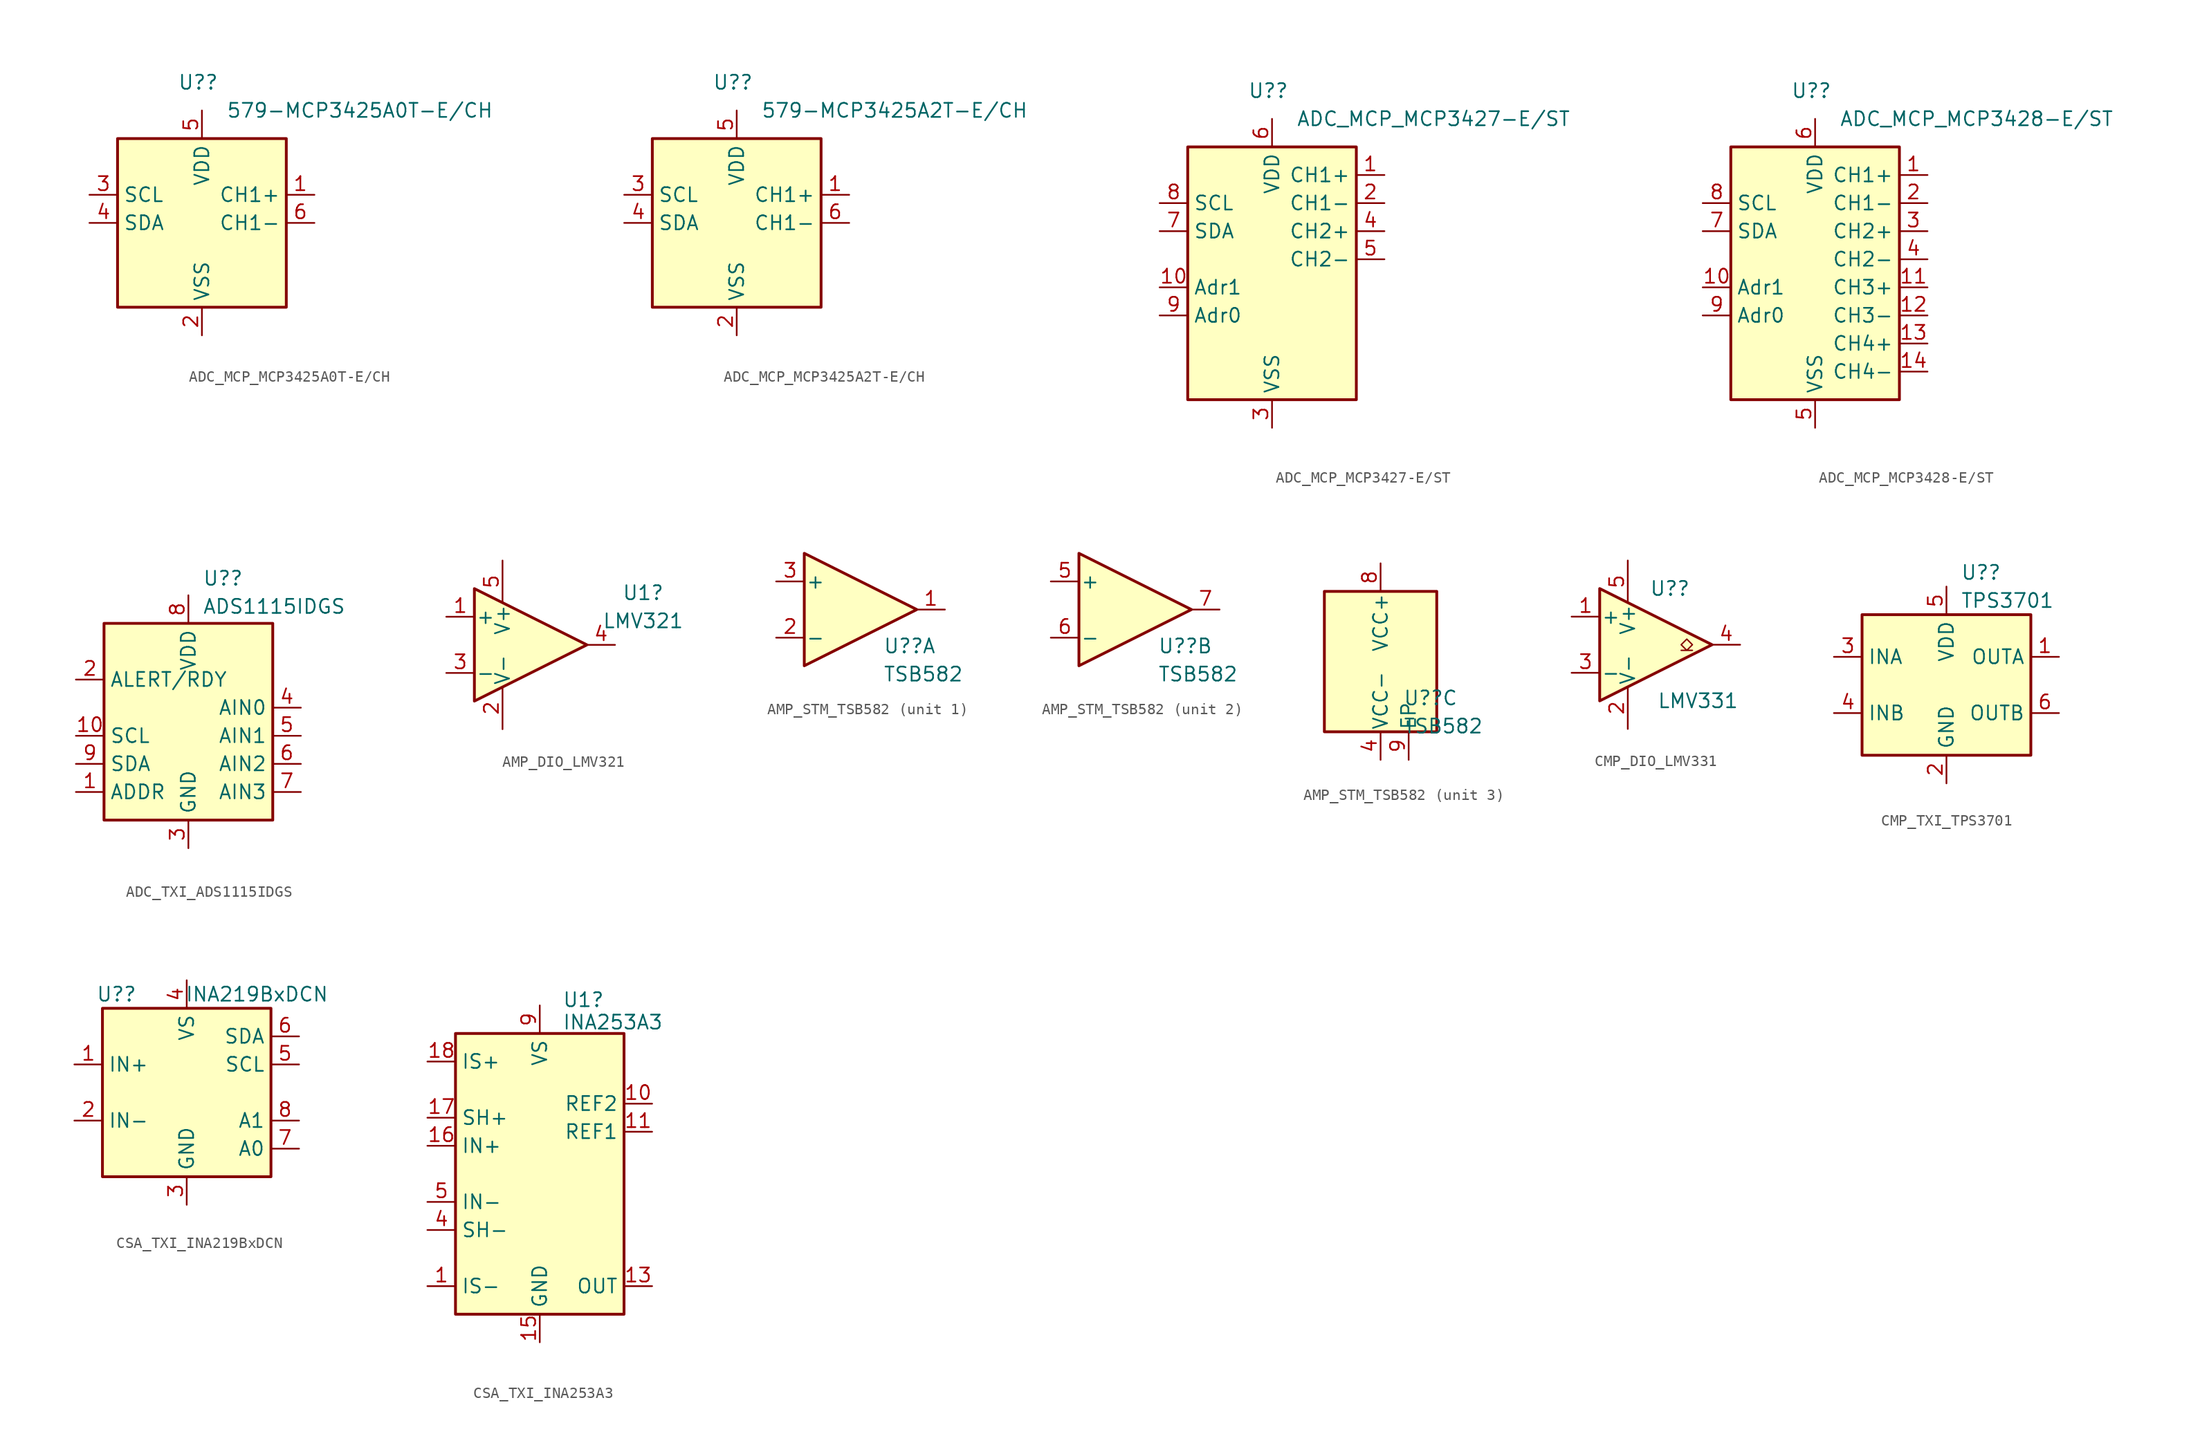
<source format=kicad_sym>
(kicad_symbol_lib
  (version 20231120)
  (generator "kicad_symbol_editor")
  (generator_version "8.0")
  (symbol "ADC_MCP_MCP3425A0T-E/CH"
    (property "Reference" "U?"
      (at -2.194 15.24 0)
      (effects (font (size 1.27 1.27)) (justify left)))
    (property "Value" "579-MCP3425A0T-E/CH"
      (at 2.194 12.7 0)
      (effects (font (size 1.27 1.27)) (justify left)))
    (symbol "ADC_MCP_MCP3425A0T-E/CH_0_1"
      (rectangle (start -7.62 10.16) (end 7.62 -5.08) (stroke (width 0.254) (type default)) (fill (type background))))
    (symbol "ADC_MCP_MCP3425A0T-E/CH_1_1"
      (pin input line (at 10.16 5.08 180) (length 2.54) (name "CH1+" (effects (font (size 1.27 1.27)))) (number "1" (effects (font (size 1.27 1.27)))))
      (pin power_in line (at 0 -7.62 90) (length 2.54) (name "VSS" (effects (font (size 1.27 1.27)))) (number "2" (effects (font (size 1.27 1.27)))))
      (pin input line (at -10.16 5.08 0) (length 2.54) (name "SCL" (effects (font (size 1.27 1.27)))) (number "3" (effects (font (size 1.27 1.27)))))
      (pin bidirectional line (at -10.16 2.54 0) (length 2.54) (name "SDA" (effects (font (size 1.27 1.27)))) (number "4" (effects (font (size 1.27 1.27)))))
      (pin power_in line (at 0 12.7 270) (length 2.54) (name "VDD" (effects (font (size 1.27 1.27)))) (number "5" (effects (font (size 1.27 1.27)))))
      (pin input line (at 10.16 2.54 180) (length 2.54) (name "CH1-" (effects (font (size 1.27 1.27)))) (number "6" (effects (font (size 1.27 1.27)))))))
  (symbol "ADC_MCP_MCP3425A2T-E/CH"
    (property "Reference" "U?"
      (at -2.194 15.24 0)
      (effects (font (size 1.27 1.27)) (justify left)))
    (property "Value" "579-MCP3425A2T-E/CH"
      (at 2.194 12.7 0)
      (effects (font (size 1.27 1.27)) (justify left)))
    (symbol "ADC_MCP_MCP3425A2T-E/CH_0_1"
      (rectangle (start -7.62 10.16) (end 7.62 -5.08) (stroke (width 0.254) (type default)) (fill (type background))))
    (symbol "ADC_MCP_MCP3425A2T-E/CH_1_1"
      (pin input line (at 10.16 5.08 180) (length 2.54) (name "CH1+" (effects (font (size 1.27 1.27)))) (number "1" (effects (font (size 1.27 1.27)))))
      (pin power_in line (at 0 -7.62 90) (length 2.54) (name "VSS" (effects (font (size 1.27 1.27)))) (number "2" (effects (font (size 1.27 1.27)))))
      (pin input line (at -10.16 5.08 0) (length 2.54) (name "SCL" (effects (font (size 1.27 1.27)))) (number "3" (effects (font (size 1.27 1.27)))))
      (pin bidirectional line (at -10.16 2.54 0) (length 2.54) (name "SDA" (effects (font (size 1.27 1.27)))) (number "4" (effects (font (size 1.27 1.27)))))
      (pin power_in line (at 0 12.7 270) (length 2.54) (name "VDD" (effects (font (size 1.27 1.27)))) (number "5" (effects (font (size 1.27 1.27)))))
      (pin input line (at 10.16 2.54 180) (length 2.54) (name "CH1-" (effects (font (size 1.27 1.27)))) (number "6" (effects (font (size 1.27 1.27)))))))
  (symbol "ADC_MCP_MCP3427-E/ST"
    (property "Reference" "U?"
      (at -2.194 15.24 0)
      (effects (font (size 1.27 1.27)) (justify left)))
    (property "Value" "ADC_MCP_MCP3427-E/ST"
      (at 2.194 12.7 0)
      (effects (font (size 1.27 1.27)) (justify left)))
    (symbol "ADC_MCP_MCP3427-E/ST_0_1"
      (rectangle (start -7.62 10.16) (end 7.62 -12.7) (stroke (width 0.254) (type default)) (fill (type background))))
    (symbol "ADC_MCP_MCP3427-E/ST_1_1"
      (pin input line (at 10.16 7.62 180) (length 2.54) (name "CH1+" (effects (font (size 1.27 1.27)))) (number "1" (effects (font (size 1.27 1.27)))))
      (pin input line (at -10.16 -2.54 0) (length 2.54) (name "Adr1" (effects (font (size 1.27 1.27)))) (number "10" (effects (font (size 1.27 1.27)))))
      (pin input line (at 10.16 5.08 180) (length 2.54) (name "CH1-" (effects (font (size 1.27 1.27)))) (number "2" (effects (font (size 1.27 1.27)))))
      (pin power_in line (at 0 -15.24 90) (length 2.54) (name "VSS" (effects (font (size 1.27 1.27)))) (number "3" (effects (font (size 1.27 1.27)))))
      (pin input line (at 10.16 2.54 180) (length 2.54) (name "CH2+" (effects (font (size 1.27 1.27)))) (number "4" (effects (font (size 1.27 1.27)))))
      (pin input line (at 10.16 0 180) (length 2.54) (name "CH2-" (effects (font (size 1.27 1.27)))) (number "5" (effects (font (size 1.27 1.27)))))
      (pin power_in line (at 0 12.7 270) (length 2.54) (name "VDD" (effects (font (size 1.27 1.27)))) (number "6" (effects (font (size 1.27 1.27)))))
      (pin bidirectional line (at -10.16 2.54 0) (length 2.54) (name "SDA" (effects (font (size 1.27 1.27)))) (number "7" (effects (font (size 1.27 1.27)))))
      (pin input line (at -10.16 5.08 0) (length 2.54) (name "SCL" (effects (font (size 1.27 1.27)))) (number "8" (effects (font (size 1.27 1.27)))))
      (pin input line (at -10.16 -5.08 0) (length 2.54) (name "Adr0" (effects (font (size 1.27 1.27)))) (number "9" (effects (font (size 1.27 1.27)))))))
  (symbol "ADC_MCP_MCP3428-E/ST"
    (property "Reference" "U?"
      (at -2.194 15.24 0)
      (effects (font (size 1.27 1.27)) (justify left)))
    (property "Value" "ADC_MCP_MCP3428-E/ST"
      (at 2.194 12.7 0)
      (effects (font (size 1.27 1.27)) (justify left)))
    (symbol "ADC_MCP_MCP3428-E/ST_0_1"
      (rectangle (start -7.62 -12.7) (end 7.62 10.16) (stroke (width 0.254) (type default)) (fill (type background))))
    (symbol "ADC_MCP_MCP3428-E/ST_1_1"
      (pin input line (at 10.16 7.62 180) (length 2.54) (name "CH1+" (effects (font (size 1.27 1.27)))) (number "1" (effects (font (size 1.27 1.27)))))
      (pin input line (at -10.16 -2.54 0) (length 2.54) (name "Adr1" (effects (font (size 1.27 1.27)))) (number "10" (effects (font (size 1.27 1.27)))))
      (pin input line (at 10.16 -2.54 180) (length 2.54) (name "CH3+" (effects (font (size 1.27 1.27)))) (number "11" (effects (font (size 1.27 1.27)))))
      (pin input line (at 10.16 -5.08 180) (length 2.54) (name "CH3-" (effects (font (size 1.27 1.27)))) (number "12" (effects (font (size 1.27 1.27)))))
      (pin input line (at 10.16 -7.62 180) (length 2.54) (name "CH4+" (effects (font (size 1.27 1.27)))) (number "13" (effects (font (size 1.27 1.27)))))
      (pin input line (at 10.16 -10.16 180) (length 2.54) (name "CH4-" (effects (font (size 1.27 1.27)))) (number "14" (effects (font (size 1.27 1.27)))))
      (pin input line (at 10.16 5.08 180) (length 2.54) (name "CH1-" (effects (font (size 1.27 1.27)))) (number "2" (effects (font (size 1.27 1.27)))))
      (pin input line (at 10.16 2.54 180) (length 2.54) (name "CH2+" (effects (font (size 1.27 1.27)))) (number "3" (effects (font (size 1.27 1.27)))))
      (pin input line (at 10.16 0 180) (length 2.54) (name "CH2-" (effects (font (size 1.27 1.27)))) (number "4" (effects (font (size 1.27 1.27)))))
      (pin power_in line (at 0 -15.24 90) (length 2.54) (name "VSS" (effects (font (size 1.27 1.27)))) (number "5" (effects (font (size 1.27 1.27)))))
      (pin power_in line (at 0 12.7 270) (length 2.54) (name "VDD" (effects (font (size 1.27 1.27)))) (number "6" (effects (font (size 1.27 1.27)))))
      (pin bidirectional line (at -10.16 2.54 0) (length 2.54) (name "SDA" (effects (font (size 1.27 1.27)))) (number "7" (effects (font (size 1.27 1.27)))))
      (pin input line (at -10.16 5.08 0) (length 2.54) (name "SCL" (effects (font (size 1.27 1.27)))) (number "8" (effects (font (size 1.27 1.27)))))
      (pin input line (at -10.16 -5.08 0) (length 2.54) (name "Adr0" (effects (font (size 1.27 1.27)))) (number "9" (effects (font (size 1.27 1.27)))))))
  (symbol "ADC_TXI_ADS1115IDGS"
    (property "Reference" "U?"
      (at 1.27 14.224 0)
      (effects (font (size 1.27 1.27)) (justify left)))
    (property "Value" "ADS1115IDGS"
      (at 1.27 11.684 0)
      (effects (font (size 1.27 1.27)) (justify left)))
    (symbol "ADC_TXI_ADS1115IDGS_0_1"
      (rectangle (start -7.62 -7.62) (end 7.62 10.16) (stroke (width 0.254) (type default)) (fill (type background))))
    (symbol "ADC_TXI_ADS1115IDGS_1_1"
      (pin input line (at -10.16 -5.08 0) (length 2.54) (name "ADDR" (effects (font (size 1.27 1.27)))) (number "1" (effects (font (size 1.27 1.27)))))
      (pin input line (at -10.16 0 0) (length 2.54) (name "SCL" (effects (font (size 1.27 1.27)))) (number "10" (effects (font (size 1.27 1.27)))))
      (pin output line (at -10.16 5.08 0) (length 2.54) (name "ALERT/RDY" (effects (font (size 1.27 1.27)))) (number "2" (effects (font (size 1.27 1.27)))))
      (pin power_in line (at 0 -10.16 90) (length 2.54) (name "GND" (effects (font (size 1.27 1.27)))) (number "3" (effects (font (size 1.27 1.27)))))
      (pin input line (at 10.16 2.54 180) (length 2.54) (name "AIN0" (effects (font (size 1.27 1.27)))) (number "4" (effects (font (size 1.27 1.27)))))
      (pin input line (at 10.16 0 180) (length 2.54) (name "AIN1" (effects (font (size 1.27 1.27)))) (number "5" (effects (font (size 1.27 1.27)))))
      (pin input line (at 10.16 -2.54 180) (length 2.54) (name "AIN2" (effects (font (size 1.27 1.27)))) (number "6" (effects (font (size 1.27 1.27)))))
      (pin input line (at 10.16 -5.08 180) (length 2.54) (name "AIN3" (effects (font (size 1.27 1.27)))) (number "7" (effects (font (size 1.27 1.27)))))
      (pin power_in line (at 0 12.7 270) (length 2.54) (name "VDD" (effects (font (size 1.27 1.27)))) (number "8" (effects (font (size 1.27 1.27)))))
      (pin bidirectional line (at -10.16 -2.54 0) (length 2.54) (name "SDA" (effects (font (size 1.27 1.27)))) (number "9" (effects (font (size 1.27 1.27)))))))
  (symbol "AMP_DIO_LMV321"
    (pin_names
      (offset 0.127))
    (property "Reference" "U1"
      (at 10.16 4.699 0)
      (effects (font (size 1.27 1.27))))
    (property "Value" "LMV321"
      (at 10.16 2.159 0)
      (effects (font (size 1.27 1.27))))
    (symbol "AMP_DIO_LMV321_0_1"
      (polyline (pts (xy -5.08 5.08) (xy 5.08 0) (xy -5.08 -5.08) (xy -5.08 5.08)) (stroke (width 0.254) (type default)) (fill (type background)))
      (pin power_in line (at -2.54 -7.62 90) (length 3.81) (name "V-" (effects (font (size 1.27 1.27)))) (number "2" (effects (font (size 1.27 1.27)))))
      (pin power_in line (at -2.54 7.62 270) (length 3.81) (name "V+" (effects (font (size 1.27 1.27)))) (number "5" (effects (font (size 1.27 1.27))))))
    (symbol "AMP_DIO_LMV321_1_1"
      (pin input line (at -7.62 2.54 0) (length 2.54) (name "+" (effects (font (size 1.27 1.27)))) (number "1" (effects (font (size 1.27 1.27)))))
      (pin input line (at -7.62 -2.54 0) (length 2.54) (name "-" (effects (font (size 1.27 1.27)))) (number "3" (effects (font (size 1.27 1.27)))))
      (pin output line (at 7.62 0 180) (length 2.54) (name "~" (effects (font (size 1.27 1.27)))) (number "4" (effects (font (size 1.27 1.27)))))))
  (symbol "AMP_STM_TSB582"
    (pin_names
      (offset 0.127))
    (property "Reference" "U?"
      (at 2.032 -3.302 0)
      (effects (font (size 1.27 1.27)) (justify left)))
    (property "Value" "TSB582"
      (at 2.032 -5.842 0)
      (effects (font (size 1.27 1.27)) (justify left)))
    (property "ki_locked" ""
      (at 0 0 0)
      (effects (font (size 1.27 1.27))))
    (symbol "AMP_STM_TSB582_1_1"
      (polyline (pts (xy -5.08 5.08) (xy 5.08 0) (xy -5.08 -5.08) (xy -5.08 5.08)) (stroke (width 0.254) (type default)) (fill (type background)))
      (pin output line (at 7.62 0 180) (length 2.54) (name "~" (effects (font (size 1.27 1.27)))) (number "1" (effects (font (size 1.27 1.27)))))
      (pin input line (at -7.62 -2.54 0) (length 2.54) (name "-" (effects (font (size 1.27 1.27)))) (number "2" (effects (font (size 1.27 1.27)))))
      (pin input line (at -7.62 2.54 0) (length 2.54) (name "+" (effects (font (size 1.27 1.27)))) (number "3" (effects (font (size 1.27 1.27))))))
    (symbol "AMP_STM_TSB582_2_1"
      (polyline (pts (xy -5.08 5.08) (xy 5.08 0) (xy -5.08 -5.08) (xy -5.08 5.08)) (stroke (width 0.254) (type default)) (fill (type background)))
      (pin input line (at -7.62 2.54 0) (length 2.54) (name "+" (effects (font (size 1.27 1.27)))) (number "5" (effects (font (size 1.27 1.27)))))
      (pin input line (at -7.62 -2.54 0) (length 2.54) (name "-" (effects (font (size 1.27 1.27)))) (number "6" (effects (font (size 1.27 1.27)))))
      (pin output line (at 7.62 0 180) (length 2.54) (name "~" (effects (font (size 1.27 1.27)))) (number "7" (effects (font (size 1.27 1.27))))))
    (symbol "AMP_STM_TSB582_3_0"
      (rectangle (start -5.08 6.35) (end 5.08 -6.35) (stroke (width 0.254) (type solid)) (fill (type background))))
    (symbol "AMP_STM_TSB582_3_1"
      (pin power_in line (at 0 -8.89 90) (length 2.54) (name "VCC-" (effects (font (size 1.27 1.27)))) (number "4" (effects (font (size 1.27 1.27)))))
      (pin power_in line (at 0 8.89 270) (length 2.54) (name "VCC+" (effects (font (size 1.27 1.27)))) (number "8" (effects (font (size 1.27 1.27)))))
      (pin power_in line (at 2.54 -8.89 90) (length 2.54) (name "EP" (effects (font (size 1.27 1.27)))) (number "9" (effects (font (size 1.27 1.27)))))))
  (symbol "CMP_DIO_LMV331"
    (pin_names
      (offset 0.127))
    (property "Reference" "U?"
      (at 3.81 5.08 0)
      (effects (font (size 1.27 1.27))))
    (property "Value" "LMV331"
      (at 6.35 -5.08 0)
      (effects (font (size 1.27 1.27))))
    (symbol "CMP_DIO_LMV331_0_1"
      (polyline (pts (xy -2.54 5.08) (xy 7.62 0) (xy -2.54 -5.08) (xy -2.54 5.08)) (stroke (width 0.254) (type default)) (fill (type background)))
      (polyline (pts (xy 5.842 -0.508) (xy 5.334 -0.508) (xy 5.842 0) (xy 5.334 0.508) (xy 4.826 0) (xy 5.334 -0.508) (xy 4.826 -0.508)) (stroke (width 0.127) (type default)) (fill (type none))))
    (symbol "CMP_DIO_LMV331_1_1"
      (pin input line (at -5.08 2.54 0) (length 2.54) (name "+" (effects (font (size 1.27 1.27)))) (number "1" (effects (font (size 1.27 1.27)))))
      (pin power_in line (at 0 -7.62 90) (length 3.81) (name "V-" (effects (font (size 1.27 1.27)))) (number "2" (effects (font (size 1.27 1.27)))))
      (pin input line (at -5.08 -2.54 0) (length 2.54) (name "-" (effects (font (size 1.27 1.27)))) (number "3" (effects (font (size 1.27 1.27)))))
      (pin open_collector line (at 10.16 0 180) (length 2.54) (name "~" (effects (font (size 1.27 1.27)))) (number "4" (effects (font (size 1.27 1.27)))))
      (pin power_in line (at 0 7.62 270) (length 3.81) (name "V+" (effects (font (size 1.27 1.27)))) (number "5" (effects (font (size 1.27 1.27)))))))
  (symbol "CMP_TXI_TPS3701"
    (property "Reference" "U?"
      (at 1.27 11.43 0)
      (effects (font (size 1.27 1.27)) (justify left)))
    (property "Value" "TPS3701"
      (at 1.27 8.89 0)
      (effects (font (size 1.27 1.27)) (justify left)))
    (symbol "CMP_TXI_TPS3701_0_1"
      (rectangle (start -7.62 7.62) (end 7.62 -5.08) (stroke (width 0.254) (type default)) (fill (type background))))
    (symbol "CMP_TXI_TPS3701_1_1"
      (pin open_collector line (at 10.16 3.81 180) (length 2.54) (name "OUTA" (effects (font (size 1.27 1.27)))) (number "1" (effects (font (size 1.27 1.27)))))
      (pin power_in line (at 0 -7.62 90) (length 2.54) (name "GND" (effects (font (size 1.27 1.27)))) (number "2" (effects (font (size 1.27 1.27)))))
      (pin input line (at -10.16 3.81 0) (length 2.54) (name "INA" (effects (font (size 1.27 1.27)))) (number "3" (effects (font (size 1.27 1.27)))))
      (pin input line (at -10.16 -1.27 0) (length 2.54) (name "INB" (effects (font (size 1.27 1.27)))) (number "4" (effects (font (size 1.27 1.27)))))
      (pin power_in line (at 0 10.16 270) (length 2.54) (name "VDD" (effects (font (size 1.27 1.27)))) (number "5" (effects (font (size 1.27 1.27)))))
      (pin open_collector line (at 10.16 -1.27 180) (length 2.54) (name "OUTB" (effects (font (size 1.27 1.27)))) (number "6" (effects (font (size 1.27 1.27)))))))
  (symbol "CSA_TXI_INA219BxDCN"
    (property "Reference" "U?"
      (at -6.35 8.89 0)
      (effects (font (size 1.27 1.27))))
    (property "Value" "INA219BxDCN"
      (at 6.35 8.89 0)
      (effects (font (size 1.27 1.27))))
    (symbol "CSA_TXI_INA219BxDCN_0_1"
      (rectangle (start -7.62 7.62) (end 7.62 -7.62) (stroke (width 0.254) (type default)) (fill (type background))))
    (symbol "CSA_TXI_INA219BxDCN_1_1"
      (pin input line (at -10.16 2.54 0) (length 2.54) (name "IN+" (effects (font (size 1.27 1.27)))) (number "1" (effects (font (size 1.27 1.27)))))
      (pin input line (at -10.16 -2.54 0) (length 2.54) (name "IN-" (effects (font (size 1.27 1.27)))) (number "2" (effects (font (size 1.27 1.27)))))
      (pin power_in line (at 0 -10.16 90) (length 2.54) (name "GND" (effects (font (size 1.27 1.27)))) (number "3" (effects (font (size 1.27 1.27)))))
      (pin power_in line (at 0 10.16 270) (length 2.54) (name "VS" (effects (font (size 1.27 1.27)))) (number "4" (effects (font (size 1.27 1.27)))))
      (pin input line (at 10.16 2.54 180) (length 2.54) (name "SCL" (effects (font (size 1.27 1.27)))) (number "5" (effects (font (size 1.27 1.27)))))
      (pin bidirectional line (at 10.16 5.08 180) (length 2.54) (name "SDA" (effects (font (size 1.27 1.27)))) (number "6" (effects (font (size 1.27 1.27)))))
      (pin input line (at 10.16 -5.08 180) (length 2.54) (name "A0" (effects (font (size 1.27 1.27)))) (number "7" (effects (font (size 1.27 1.27)))))
      (pin input line (at 10.16 -2.54 180) (length 2.54) (name "A1" (effects (font (size 1.27 1.27)))) (number "8" (effects (font (size 1.27 1.27)))))))
  (symbol "CSA_TXI_INA253A3"
    (property "Reference" "U1"
      (at 2.032 15.748 0)
      (effects (font (size 1.27 1.27)) (justify left)))
    (property "Value" "INA253A3"
      (at 2.032 13.716 0)
      (effects (font (size 1.27 1.27)) (justify left)))
    (symbol "CSA_TXI_INA253A3_0_1"
      (rectangle (start -7.62 12.7) (end 7.62 -12.7) (stroke (width 0.254) (type default)) (fill (type background))))
    (symbol "CSA_TXI_INA253A3_1_1"
      (pin passive line (at -10.16 -10.16 0) (length 2.54) (name "IS-" (effects (font (size 1.27 1.27)))) (number "1" (effects (font (size 1.27 1.27)))))
      (pin passive line (at 10.16 6.35 180) (length 2.54) (name "REF2" (effects (font (size 1.27 1.27)))) (number "10" (effects (font (size 1.27 1.27)))))
      (pin passive line (at 10.16 3.81 180) (length 2.54) (name "REF1" (effects (font (size 1.27 1.27)))) (number "11" (effects (font (size 1.27 1.27)))))
      (pin no_connect line (at 10.16 -2.54 180) (length 2.54) hide (name "NC" (effects (font (size 1.27 1.27)))) (number "12" (effects (font (size 1.27 1.27)))))
      (pin output line (at 10.16 -10.16 180) (length 2.54) (name "OUT" (effects (font (size 1.27 1.27)))) (number "13" (effects (font (size 1.27 1.27)))))
      (pin no_connect line (at 10.16 -2.54 180) (length 2.54) hide (name "DNC2" (effects (font (size 1.27 1.27)))) (number "14" (effects (font (size 1.27 1.27)))))
      (pin passive line (at 0 -15.24 90) (length 2.54) (name "GND" (effects (font (size 1.27 1.27)))) (number "15" (effects (font (size 1.27 1.27)))))
      (pin passive line (at -10.16 2.54 0) (length 2.54) (name "IN+" (effects (font (size 1.27 1.27)))) (number "16" (effects (font (size 1.27 1.27)))))
      (pin passive line (at -10.16 5.08 0) (length 2.54) (name "SH+" (effects (font (size 1.27 1.27)))) (number "17" (effects (font (size 1.27 1.27)))))
      (pin passive line (at -10.16 10.16 0) (length 2.54) (name "IS+" (effects (font (size 1.27 1.27)))) (number "18" (effects (font (size 1.27 1.27)))))
      (pin passive line (at -10.16 10.16 0) (length 2.54) hide (name "IS+" (effects (font (size 1.27 1.27)))) (number "19" (effects (font (size 1.27 1.27)))))
      (pin passive line (at -10.16 -10.16 0) (length 2.54) hide (name "IS-" (effects (font (size 1.27 1.27)))) (number "2" (effects (font (size 1.27 1.27)))))
      (pin passive line (at -10.16 10.16 0) (length 2.54) hide (name "IS+" (effects (font (size 1.27 1.27)))) (number "20" (effects (font (size 1.27 1.27)))))
      (pin passive line (at -10.16 -10.16 0) (length 2.54) hide (name "IS-" (effects (font (size 1.27 1.27)))) (number "3" (effects (font (size 1.27 1.27)))))
      (pin passive line (at -10.16 -5.08 0) (length 2.54) (name "SH-" (effects (font (size 1.27 1.27)))) (number "4" (effects (font (size 1.27 1.27)))))
      (pin passive line (at -10.16 -2.54 0) (length 2.54) (name "IN-" (effects (font (size 1.27 1.27)))) (number "5" (effects (font (size 1.27 1.27)))))
      (pin power_in line (at 0 -15.24 90) (length 2.54) hide (name "GND" (effects (font (size 1.27 1.27)))) (number "6" (effects (font (size 1.27 1.27)))))
      (pin no_connect line (at 10.16 -2.54 180) (length 2.54) hide (name "DNC1" (effects (font (size 1.27 1.27)))) (number "7" (effects (font (size 1.27 1.27)))))
      (pin no_connect line (at 10.16 -2.54 180) (length 2.54) hide (name "NC" (effects (font (size 1.27 1.27)))) (number "8" (effects (font (size 1.27 1.27)))))
      (pin power_in line (at 0 15.24 270) (length 2.54) (name "VS" (effects (font (size 1.27 1.27)))) (number "9" (effects (font (size 1.27 1.27))))))))
</source>
